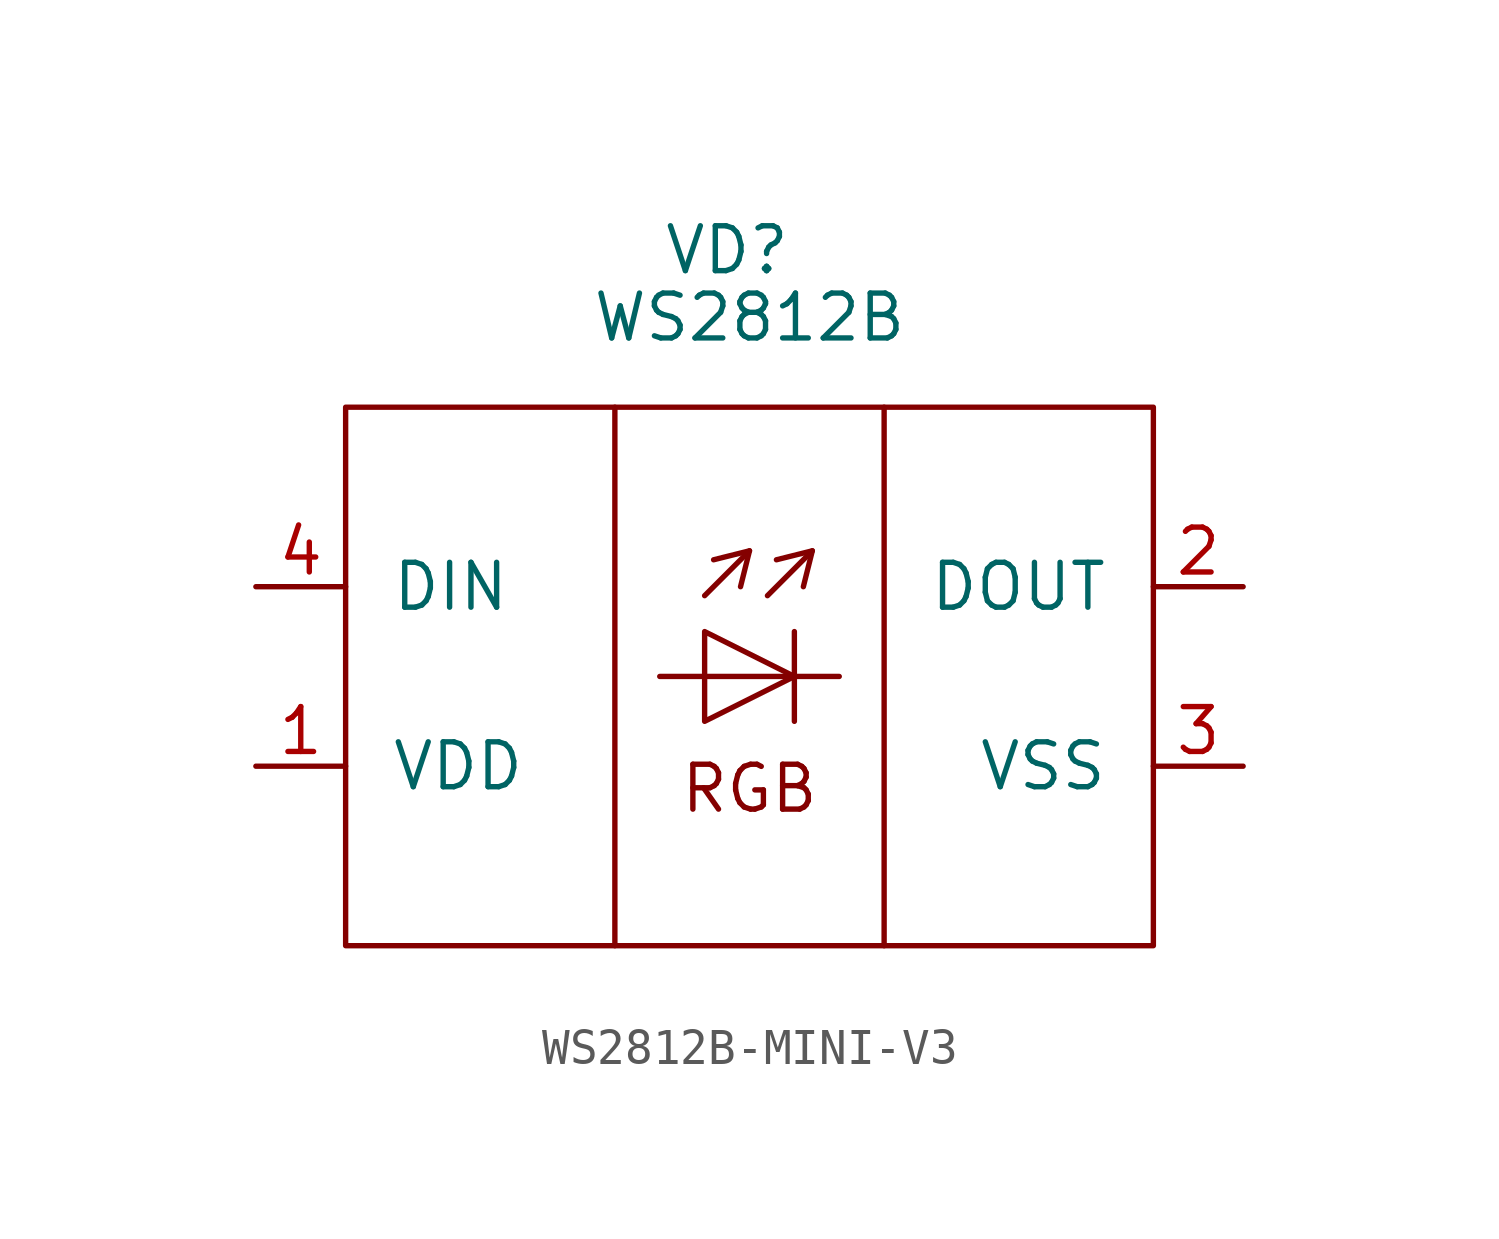
<source format=kicad_sym>
(kicad_symbol_lib
  (version 20241209)
  (generator "kicad_symbol_editor")
  (generator_version "9.0")
  (symbol "WS2812B-MINI-V3"
    (pin_names
      (offset 1.27))
    (property "Reference" "VD"
      (at 10.795 9.525 0)
      (effects (font (size 1.27 1.27))))
    (property "Value" "WS2812B"
      (at 11.43 7.62 0)
      (effects (font (size 1.27 1.27))))
    (symbol "WS2812B-MINI-V3_0_1"
      (polyline (pts (xy 8.89 -2.54) (xy 13.97 -2.54)) (stroke (width 0) (type default)) (fill (type none)))
      (polyline (pts (xy 10.16 -0.254) (xy 11.43 1.016)) (stroke (width 0) (type default)) (fill (type none)))
      (polyline (pts (xy 11.176 0) (xy 11.43 1.016) (xy 10.414 0.762)) (stroke (width 0) (type default)) (fill (type none)))
      (polyline (pts (xy 11.938 -0.254) (xy 13.208 1.016)) (stroke (width 0) (type default)) (fill (type none)))
      (polyline (pts (xy 12.192 0.762) (xy 13.208 1.016) (xy 12.954 0)) (stroke (width 0) (type default)) (fill (type none)))
      (polyline (pts (xy 12.7 -1.27) (xy 12.7 -3.81)) (stroke (width 0) (type default)) (fill (type none)))
      (polyline (pts (xy 12.7 -2.54) (xy 10.16 -1.27) (xy 10.16 -3.81) (xy 12.7 -2.54)) (stroke (width 0) (type default)) (fill (type none))))
    (symbol "WS2812B-MINI-V3_1_1"
      (rectangle (start 0 5.08) (end 22.86 -10.16) (stroke (width 0) (type default)) (fill (type none)))
      (polyline (pts (xy 7.62 5.08) (xy 7.62 -10.16)) (stroke (width 0) (type default)) (fill (type none)))
      (polyline (pts (xy 15.24 5.08) (xy 15.24 -10.16)) (stroke (width 0) (type default)) (fill (type none)))
      (text "RGB" (at 11.43 -5.715 0) (effects (font (size 1.27 1.27))))
      (pin input line (at -2.54 0 0) (length 2.54) (name "DIN" (effects (font (size 1.27 1.27)))) (number "4" (effects (font (size 1.27 1.27)))))
      (pin power_in line (at -2.54 -5.08 0) (length 2.54) (name "VDD" (effects (font (size 1.27 1.27)))) (number "1" (effects (font (size 1.27 1.27)))))
      (pin output line (at 25.4 0 180) (length 2.54) (name "DOUT" (effects (font (size 1.27 1.27)))) (number "2" (effects (font (size 1.27 1.27)))))
      (pin power_in line (at 25.4 -5.08 180) (length 2.54) (name "VSS" (effects (font (size 1.27 1.27)))) (number "3" (effects (font (size 1.27 1.27))))))))
</source>
